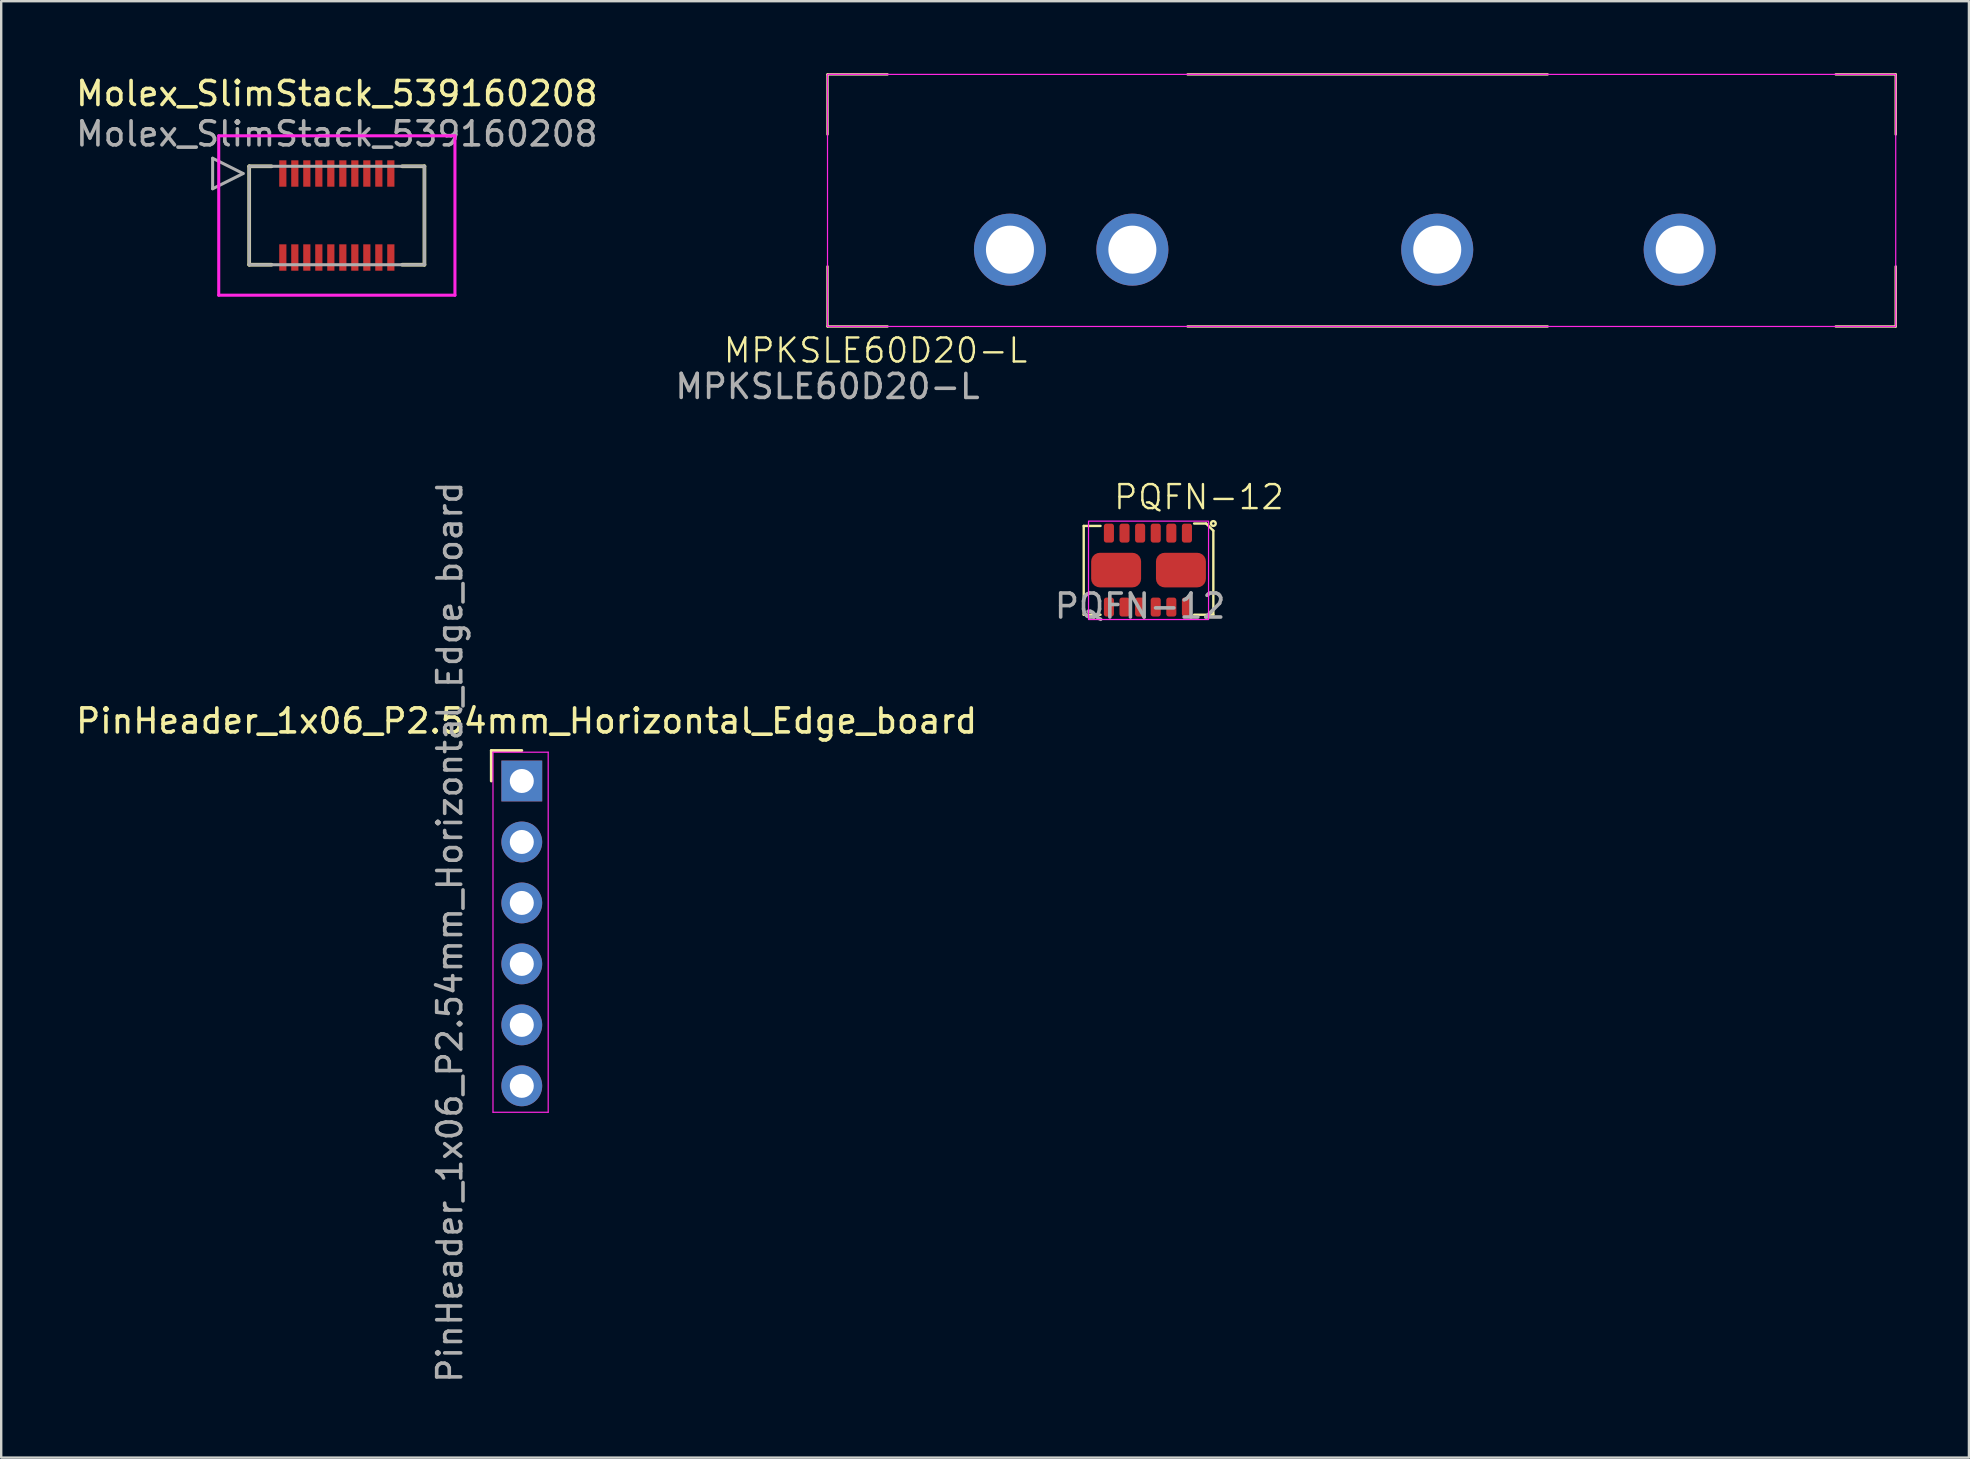
<source format=kicad_pcb>
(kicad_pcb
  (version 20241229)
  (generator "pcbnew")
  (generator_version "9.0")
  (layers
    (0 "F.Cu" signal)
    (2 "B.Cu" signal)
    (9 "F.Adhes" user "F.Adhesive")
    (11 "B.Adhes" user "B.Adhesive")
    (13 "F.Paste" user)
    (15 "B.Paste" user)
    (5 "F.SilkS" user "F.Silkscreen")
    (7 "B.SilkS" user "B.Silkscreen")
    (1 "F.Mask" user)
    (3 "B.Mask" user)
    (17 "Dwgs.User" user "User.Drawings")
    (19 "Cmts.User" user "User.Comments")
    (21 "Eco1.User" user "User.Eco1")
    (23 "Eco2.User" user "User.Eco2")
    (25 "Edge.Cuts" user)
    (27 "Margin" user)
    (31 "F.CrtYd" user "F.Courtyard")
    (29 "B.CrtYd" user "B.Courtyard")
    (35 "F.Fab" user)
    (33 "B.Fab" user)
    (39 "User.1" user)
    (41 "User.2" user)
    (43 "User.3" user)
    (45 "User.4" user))
  (footprint "PQFN-12"
    (layer "F.Cu")
    (at 46.396 19.159)
    (property "Reference" "PQFN-12" (at 0.5 -1.5 0) (unlocked yes) (layer "F.SilkS") (effects (font (size 1 1) (thickness 0.1))))
    (attr smd)
    (fp_line (start -4.3 -0.3) (end -3.6 -0.3) (stroke (width 0.1) (type default)) (layer "F.SilkS"))
    (fp_line (start -4.3 3.4) (end -4.3 -0.3) (stroke (width 0.1) (type default)) (layer "F.SilkS"))
    (fp_line (start -3.6 3.4) (end -4.3 3.4) (stroke (width 0.1) (type default)) (layer "F.SilkS"))
    (fp_line (start 0.3 -0.4) (end 0.8 -0.4) (stroke (width 0.1) (type default)) (layer "F.SilkS"))
    (fp_line (start 0.8 -0.4) (end 1.1 -0.1) (stroke (width 0.1) (type default)) (layer "F.SilkS"))
    (fp_line (start 1.1 -0.1) (end 1.1 3.4) (stroke (width 0.1) (type default)) (layer "F.SilkS"))
    (fp_line (start 1.1 3.4) (end 0.3 3.4) (stroke (width 0.1) (type default)) (layer "F.SilkS"))
    (fp_circle (center 1.1 -0.4) (end 1.2 -0.4) (stroke (width 0.1) (type default)) (fill no) (layer "F.SilkS"))
    (fp_rect (start -4.1 3.6) (end 0.9 -0.5) (stroke (width 0.05) (type default)) (fill no) (layer "F.CrtYd"))
    (fp_text user "${REFERENCE}" (at -1.95 3.04 0) (unlocked yes) (layer "F.Fab") (effects (font (size 1 1) (thickness 0.15))))
    (pad "1" smd roundrect (at 0 0) (size 0.42 0.79) (layers "F.Cu" "F.Mask" "F.Paste") (roundrect_rratio 0.25))
    (pad "2" smd roundrect (at -0.65 0) (size 0.42 0.79) (layers "F.Cu" "F.Mask" "F.Paste") (roundrect_rratio 0.25))
    (pad "3" smd roundrect (at -1.3 0) (size 0.42 0.79) (layers "F.Cu" "F.Mask" "F.Paste") (roundrect_rratio 0.25))
    (pad "4" smd roundrect (at -1.95 0) (size 0.42 0.79) (layers "F.Cu" "F.Mask" "F.Paste") (roundrect_rratio 0.25))
    (pad "5" smd roundrect (at -2.6 0) (size 0.42 0.79) (layers "F.Cu" "F.Mask" "F.Paste") (roundrect_rratio 0.25))
    (pad "6" smd roundrect (at -3.25 0) (size 0.42 0.79) (layers "F.Cu" "F.Mask" "F.Paste") (roundrect_rratio 0.25))
    (pad "7" smd roundrect (at -3.25 3.08) (size 0.42 0.79) (layers "F.Cu" "F.Mask" "F.Paste") (roundrect_rratio 0.25))
    (pad "8" smd roundrect (at -2.6 3.08) (size 0.42 0.79) (layers "F.Cu" "F.Mask" "F.Paste") (roundrect_rratio 0.25))
    (pad "9" smd roundrect (at -1.95 3.08) (size 0.42 0.79) (layers "F.Cu" "F.Mask" "F.Paste") (roundrect_rratio 0.25))
    (pad "10" smd roundrect (at -1.3 3.08) (size 0.42 0.79) (layers "F.Cu" "F.Mask" "F.Paste") (roundrect_rratio 0.25))
    (pad "11" smd roundrect (at -0.65 3.08) (size 0.42 0.79) (layers "F.Cu" "F.Mask" "F.Paste") (roundrect_rratio 0.25))
    (pad "12" smd roundrect (at 0 3.08) (size 0.42 0.79) (layers "F.Cu" "F.Mask" "F.Paste") (roundrect_rratio 0.25))
    (pad "13" smd roundrect (at -0.25 1.54) (size 2.08 1.44) (layers "F.Cu" "F.Mask" "F.Paste") (roundrect_rratio 0.25))
    (pad "14" smd roundrect (at -2.95 1.54) (size 2.08 1.44) (layers "F.Cu" "F.Mask" "F.Paste") (roundrect_rratio 0.25)))
  (footprint "PinHeader_1x06_P2.54mm_Horizontal_Edge_board"
    (layer "F.Cu")
    (at 18.687 29.485)
    (property "Reference" "PinHeader_1x06_P2.54mm_Horizontal_Edge_board" (at 0.2 -2.5 0) (layer "F.SilkS") (effects (font (size 1 1) (thickness 0.15))))
    (attr through_hole)
    (fp_line (start -1.27 -1.27) (end 0 -1.27) (stroke (width 0.12) (type solid)) (layer "F.SilkS"))
    (fp_line (start -1.27 0) (end -1.27 -1.27) (stroke (width 0.12) (type solid)) (layer "F.SilkS"))
    (fp_line (start -1.2 -1.2) (end -1.2 13.8) (stroke (width 0.05) (type solid)) (layer "F.CrtYd"))
    (fp_line (start -1.2 13.8) (end 1.1 13.8) (stroke (width 0.05) (type solid)) (layer "F.CrtYd"))
    (fp_line (start 1.1 -1.2) (end -1.2 -1.2) (stroke (width 0.05) (type solid)) (layer "F.CrtYd"))
    (fp_line (start 1.1 13.8) (end 1.1 -1.2) (stroke (width 0.05) (type solid)) (layer "F.CrtYd"))
    (fp_text user "${REFERENCE}" (at -3 6.3 90) (layer "F.Fab") (effects (font (size 1 1) (thickness 0.15))))
    (pad "1" thru_hole rect (at 0 0) (size 1.7 1.7) (drill 1) (layers "*.Cu" "*.Mask"))
    (pad "2" thru_hole oval (at 0 2.54) (size 1.7 1.7) (drill 1) (layers "*.Cu" "*.Mask"))
    (pad "3" thru_hole oval (at 0 5.08) (size 1.7 1.7) (drill 1) (layers "*.Cu" "*.Mask"))
    (pad "4" thru_hole oval (at 0 7.62) (size 1.7 1.7) (drill 1) (layers "*.Cu" "*.Mask"))
    (pad "5" thru_hole oval (at 0 10.16) (size 1.7 1.7) (drill 1) (layers "*.Cu" "*.Mask"))
    (pad "6" thru_hole oval (at 0 12.7) (size 1.7 1.7) (drill 1) (layers "*.Cu" "*.Mask")))
  (footprint "Molex_SlimStack_539160208"
    (layer "F.Cu")
    (at 10.982 5.928)
    (property "Reference" "Molex_SlimStack_539160208" (at 0 -5.08 0) (unlocked yes) (layer "F.SilkS") (effects (font (size 1 1) (thickness 0.15))))
    (attr smd)
    (fp_line (start -3.65 -2.05) (end -3.65 2.05) (stroke (width 0.152) (type solid)) (layer "F.SilkS"))
    (fp_line (start -3.65 2.05) (end -2.72 2.05) (stroke (width 0.152) (type solid)) (layer "F.SilkS"))
    (fp_line (start -2.72 -2.05) (end -3.65 -2.05) (stroke (width 0.152) (type solid)) (layer "F.SilkS"))
    (fp_line (start 2.72 2.05) (end 3.65 2.05) (stroke (width 0.152) (type solid)) (layer "F.SilkS"))
    (fp_line (start 3.65 -2.05) (end 2.72 -2.05) (stroke (width 0.152) (type solid)) (layer "F.SilkS"))
    (fp_line (start 3.65 2.05) (end 3.65 -2.05) (stroke (width 0.152) (type solid)) (layer "F.SilkS"))
    (fp_line (start -4.92 -3.32) (end -4.92 3.32) (stroke (width 0.127) (type solid)) (layer "F.CrtYd"))
    (fp_line (start -4.92 3.32) (end 4.92 3.32) (stroke (width 0.127) (type solid)) (layer "F.CrtYd"))
    (fp_line (start 4.92 -3.32) (end -4.92 -3.32) (stroke (width 0.127) (type solid)) (layer "F.CrtYd"))
    (fp_line (start 4.92 3.32) (end 4.92 -3.32) (stroke (width 0.127) (type solid)) (layer "F.CrtYd"))
    (fp_line (start -5.174 -2.385) (end -5.174 -1.115) (stroke (width 0.127) (type solid)) (layer "F.Fab"))
    (fp_line (start -5.174 -1.115) (end -3.904 -1.75) (stroke (width 0.127) (type solid)) (layer "F.Fab"))
    (fp_line (start -3.904 -1.75) (end -5.174 -2.385) (stroke (width 0.127) (type solid)) (layer "F.Fab"))
    (fp_line (start -3.65 -2.05) (end -3.65 2.05) (stroke (width 0.127) (type solid)) (layer "F.Fab"))
    (fp_line (start -3.65 2.05) (end 3.65 2.05) (stroke (width 0.127) (type solid)) (layer "F.Fab"))
    (fp_line (start 3.65 -2.05) (end -3.65 -2.05) (stroke (width 0.127) (type solid)) (layer "F.Fab"))
    (fp_line (start 3.65 2.05) (end 3.65 -2.05) (stroke (width 0.127) (type solid)) (layer "F.Fab"))
    (fp_text user "${REFERENCE}" (at 0 -3.4 0) (unlocked yes) (layer "F.Fab") (effects (font (size 1 1) (thickness 0.15))))
    (pad "1" smd rect (at -2.25 1.75) (size 0.3 1.1) (layers "F.Cu" "F.Mask" "F.Paste"))
    (pad "2" smd rect (at -2.25 -1.75) (size 0.3 1.1) (layers "F.Cu" "F.Mask" "F.Paste"))
    (pad "3" smd rect (at -1.75 1.75) (size 0.3 1.1) (layers "F.Cu" "F.Mask" "F.Paste"))
    (pad "4" smd rect (at -1.75 -1.75) (size 0.3 1.1) (layers "F.Cu" "F.Mask" "F.Paste"))
    (pad "5" smd rect (at -1.25 1.75) (size 0.3 1.1) (layers "F.Cu" "F.Mask" "F.Paste"))
    (pad "6" smd rect (at -1.25 -1.75) (size 0.3 1.1) (layers "F.Cu" "F.Mask" "F.Paste"))
    (pad "7" smd rect (at -0.75 1.75) (size 0.3 1.1) (layers "F.Cu" "F.Mask" "F.Paste"))
    (pad "8" smd rect (at -0.75 -1.75) (size 0.3 1.1) (layers "F.Cu" "F.Mask" "F.Paste"))
    (pad "9" smd rect (at -0.25 1.75) (size 0.3 1.1) (layers "F.Cu" "F.Mask" "F.Paste"))
    (pad "10" smd rect (at -0.25 -1.75) (size 0.3 1.1) (layers "F.Cu" "F.Mask" "F.Paste"))
    (pad "11" smd rect (at 0.25 1.75) (size 0.3 1.1) (layers "F.Cu" "F.Mask" "F.Paste"))
    (pad "12" smd rect (at 0.25 -1.75) (size 0.3 1.1) (layers "F.Cu" "F.Mask" "F.Paste"))
    (pad "13" smd rect (at 0.75 1.75) (size 0.3 1.1) (layers "F.Cu" "F.Mask" "F.Paste"))
    (pad "14" smd rect (at 0.75 -1.75) (size 0.3 1.1) (layers "F.Cu" "F.Mask" "F.Paste"))
    (pad "15" smd rect (at 1.25 1.75) (size 0.3 1.1) (layers "F.Cu" "F.Mask" "F.Paste"))
    (pad "16" smd rect (at 1.25 -1.75) (size 0.3 1.1) (layers "F.Cu" "F.Mask" "F.Paste"))
    (pad "17" smd rect (at 1.75 1.75) (size 0.3 1.1) (layers "F.Cu" "F.Mask" "F.Paste"))
    (pad "18" smd rect (at 1.75 -1.75) (size 0.3 1.1) (layers "F.Cu" "F.Mask" "F.Paste"))
    (pad "19" smd rect (at 2.25 1.75) (size 0.3 1.1) (layers "F.Cu" "F.Mask" "F.Paste"))
    (pad "20" smd rect (at 2.25 -1.75) (size 0.3 1.1) (layers "F.Cu" "F.Mask" "F.Paste")))
  (footprint "MPKSLE60D20-L"
    (layer "F.Cu")
    (at 31.423 10.55)
    (property "Reference" "MPKSLE60D20-L" (at 2 1 0) (unlocked yes) (layer "F.SilkS") (effects (font (size 1 1) (thickness 0.1))))
    (fp_line (start 15 -10.5) (end 30 -10.5) (stroke (width 0.1) (type default)) (layer "F.SilkS"))
    (fp_line (start 15 0) (end 30 0) (stroke (width 0.1) (type default)) (layer "F.SilkS"))
    (fp_rect (start 0 -10.5) (end 0 -8) (stroke (width 0.1) (type default)) (fill no) (layer "F.SilkS"))
    (fp_rect (start 0 -10.5) (end 2.5 -10.5) (stroke (width 0.1) (type default)) (fill no) (layer "F.SilkS"))
    (fp_rect (start 0 -2.5) (end 0 0) (stroke (width 0.1) (type default)) (fill no) (layer "F.SilkS"))
    (fp_rect (start 0 0) (end 2.5 0) (stroke (width 0.1) (type default)) (fill no) (layer "F.SilkS"))
    (fp_rect (start 42 -10.5) (end 44.5 -10.5) (stroke (width 0.1) (type default)) (fill no) (layer "F.SilkS"))
    (fp_rect (start 42 0) (end 44.5 0) (stroke (width 0.1) (type default)) (fill no) (layer "F.SilkS"))
    (fp_rect (start 44.5 -10.5) (end 44.5 -8) (stroke (width 0.1) (type default)) (fill no) (layer "F.SilkS"))
    (fp_rect (start 44.5 -2.5) (end 44.5 0) (stroke (width 0.1) (type default)) (fill no) (layer "F.SilkS"))
    (fp_rect (start 0 -10.5) (end 44.5 0) (stroke (width 0.05) (type default)) (fill no) (layer "F.CrtYd"))
    (fp_text user "${REFERENCE}" (at 0 2.5 0) (unlocked yes) (layer "F.Fab") (effects (font (size 1 1) (thickness 0.15))))
    (pad "1" thru_hole circle (at 7.6 -3.2) (size 3 3) (drill 2) (layers "*.Cu" "*.Mask"))
    (pad "2" thru_hole circle (at 12.7 -3.2) (size 3 3) (drill 2) (layers "*.Cu" "*.Mask"))
    (pad "3" thru_hole circle (at 25.4 -3.2) (size 3 3) (drill 2) (layers "*.Cu" "*.Mask"))
    (pad "4" thru_hole circle (at 35.5 -3.2) (size 3 3) (drill 2) (layers "*.Cu" "*.Mask")))
  (gr_rect
    (start -3 -3)
    (end 78.973 57.672)
    (stroke (width 0.1) (type default))
    (fill no)
    (layer "Edge.Cuts")))
</source>
